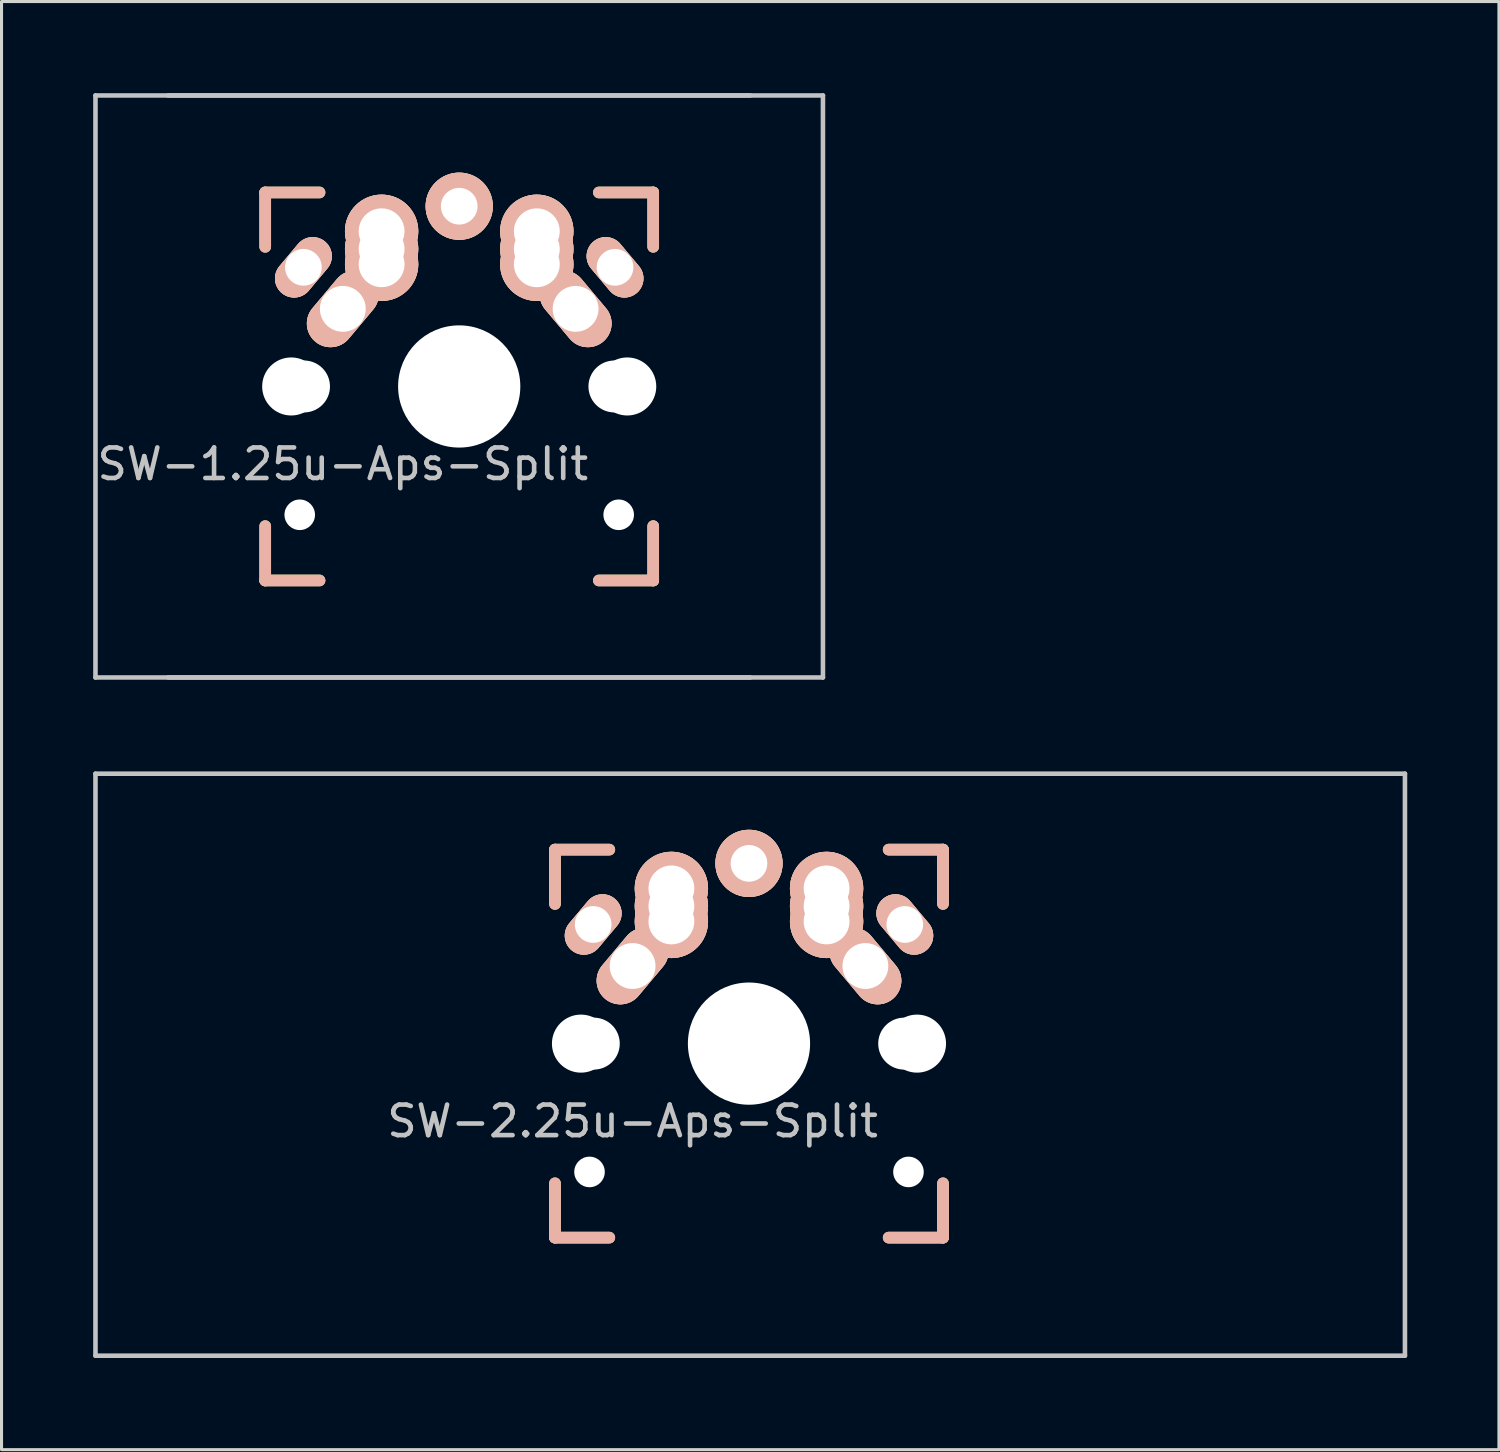
<source format=kicad_pcb>
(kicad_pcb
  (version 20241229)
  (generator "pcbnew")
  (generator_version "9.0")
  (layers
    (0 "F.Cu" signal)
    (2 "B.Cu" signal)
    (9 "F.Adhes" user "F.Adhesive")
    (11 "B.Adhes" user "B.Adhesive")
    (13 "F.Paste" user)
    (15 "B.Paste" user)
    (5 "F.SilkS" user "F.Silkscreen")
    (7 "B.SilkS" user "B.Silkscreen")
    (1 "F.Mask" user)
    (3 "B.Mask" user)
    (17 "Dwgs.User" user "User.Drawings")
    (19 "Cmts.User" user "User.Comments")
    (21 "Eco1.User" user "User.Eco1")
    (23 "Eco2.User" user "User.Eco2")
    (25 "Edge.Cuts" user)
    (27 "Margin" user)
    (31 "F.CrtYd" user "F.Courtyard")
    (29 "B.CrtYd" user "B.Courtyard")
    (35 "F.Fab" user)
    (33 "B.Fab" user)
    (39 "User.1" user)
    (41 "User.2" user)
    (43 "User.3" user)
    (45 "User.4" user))
  (footprint "SW-2.25u-Aps-Split"
    (layer "F.Cu")
    (at 21.466 31.11)
    (property "Reference" "SW-2.25u-Aps-Split" (at -3.81 2.54 0) (layer "Dwgs.User") (effects (font (size 1 1) (thickness 0.15))))
    (attr through_hole)
    (fp_line (start -6.35 -6.35) (end -4.572 -6.35) (stroke (width 0.381) (type solid)) (layer "F.SilkS"))
    (fp_line (start -6.35 -4.572) (end -6.35 -6.35) (stroke (width 0.381) (type solid)) (layer "F.SilkS"))
    (fp_line (start -6.35 6.35) (end -6.35 4.572) (stroke (width 0.381) (type solid)) (layer "F.SilkS"))
    (fp_line (start -4.572 6.35) (end -6.35 6.35) (stroke (width 0.381) (type solid)) (layer "F.SilkS"))
    (fp_line (start 4.572 -6.35) (end 6.35 -6.35) (stroke (width 0.381) (type solid)) (layer "F.SilkS"))
    (fp_line (start 6.35 -6.35) (end 6.35 -4.572) (stroke (width 0.381) (type solid)) (layer "F.SilkS"))
    (fp_line (start 6.35 4.572) (end 6.35 6.35) (stroke (width 0.381) (type solid)) (layer "F.SilkS"))
    (fp_line (start 6.35 6.35) (end 4.572 6.35) (stroke (width 0.381) (type solid)) (layer "F.SilkS"))
    (fp_line (start -6.35 -6.35) (end -6.35 -4.572) (stroke (width 0.381) (type solid)) (layer "B.SilkS"))
    (fp_line (start -6.35 4.572) (end -6.35 6.35) (stroke (width 0.381) (type solid)) (layer "B.SilkS"))
    (fp_line (start -6.35 6.35) (end -4.572 6.35) (stroke (width 0.381) (type solid)) (layer "B.SilkS"))
    (fp_line (start -4.572 -6.35) (end -6.35 -6.35) (stroke (width 0.381) (type solid)) (layer "B.SilkS"))
    (fp_line (start 4.572 6.35) (end 6.35 6.35) (stroke (width 0.381) (type solid)) (layer "B.SilkS"))
    (fp_line (start 6.35 -6.35) (end 4.572 -6.35) (stroke (width 0.381) (type solid)) (layer "B.SilkS"))
    (fp_line (start 6.35 -4.572) (end 6.35 -6.35) (stroke (width 0.381) (type solid)) (layer "B.SilkS"))
    (fp_line (start 6.35 6.35) (end 6.35 4.572) (stroke (width 0.381) (type solid)) (layer "B.SilkS"))
    (fp_line (start -21.391 -8.835) (end 21.471 -8.835) (stroke (width 0.15) (type solid)) (layer "Dwgs.User"))
    (fp_line (start -21.391 10.215) (end -21.391 -8.835) (stroke (width 0.15) (type solid)) (layer "Dwgs.User"))
    (fp_line (start 21.471 -8.835) (end 21.471 10.215) (stroke (width 0.15) (type solid)) (layer "Dwgs.User"))
    (fp_line (start 21.471 10.215) (end -21.391 10.215) (stroke (width 0.15) (type solid)) (layer "Dwgs.User"))
    (fp_line (start -7.798 -6.005) (end -6.985 -6.005) (stroke (width 0.152) (type solid)) (layer "Eco2.User"))
    (fp_line (start -7.798 -2.504) (end -7.798 -6.005) (stroke (width 0.152) (type solid)) (layer "Eco2.User"))
    (fp_line (start -7.798 2.504) (end -6.985 2.504) (stroke (width 0.152) (type solid)) (layer "Eco2.User"))
    (fp_line (start -7.798 6.005) (end -7.798 2.504) (stroke (width 0.152) (type solid)) (layer "Eco2.User"))
    (fp_line (start -6.985 -6.985) (end 6.985 -6.985) (stroke (width 0.152) (type solid)) (layer "Eco2.User"))
    (fp_line (start -6.985 -6.005) (end -6.985 -6.985) (stroke (width 0.152) (type solid)) (layer "Eco2.User"))
    (fp_line (start -6.985 -2.504) (end -7.798 -2.504) (stroke (width 0.152) (type solid)) (layer "Eco2.User"))
    (fp_line (start -6.985 2.504) (end -6.985 -2.504) (stroke (width 0.152) (type solid)) (layer "Eco2.User"))
    (fp_line (start -6.985 6.005) (end -7.798 6.005) (stroke (width 0.152) (type solid)) (layer "Eco2.User"))
    (fp_line (start -6.985 6.985) (end -6.985 6.005) (stroke (width 0.152) (type solid)) (layer "Eco2.User"))
    (fp_line (start 6.985 -6.985) (end 6.985 -6.005) (stroke (width 0.152) (type solid)) (layer "Eco2.User"))
    (fp_line (start 6.985 -6.005) (end 7.798 -6.005) (stroke (width 0.152) (type solid)) (layer "Eco2.User"))
    (fp_line (start 6.985 -2.504) (end 6.985 2.504) (stroke (width 0.152) (type solid)) (layer "Eco2.User"))
    (fp_line (start 6.985 2.504) (end 7.798 2.504) (stroke (width 0.152) (type solid)) (layer "Eco2.User"))
    (fp_line (start 6.985 6.005) (end 6.985 6.985) (stroke (width 0.152) (type solid)) (layer "Eco2.User"))
    (fp_line (start 6.985 6.985) (end -6.985 6.985) (stroke (width 0.152) (type solid)) (layer "Eco2.User"))
    (fp_line (start 7.798 -6.005) (end 7.798 -2.504) (stroke (width 0.152) (type solid)) (layer "Eco2.User"))
    (fp_line (start 7.798 -2.504) (end 6.985 -2.504) (stroke (width 0.152) (type solid)) (layer "Eco2.User"))
    (fp_line (start 7.798 2.504) (end 7.798 6.005) (stroke (width 0.152) (type solid)) (layer "Eco2.User"))
    (fp_line (start 7.798 6.005) (end 6.985 6.005) (stroke (width 0.152) (type solid)) (layer "Eco2.User"))
    (fp_text user " " (at 5.08 5.08 180) (layer "Dwgs.User") (effects (font (size 1 1) (thickness 0.15))))
    (fp_text user " " (at -5.08 5.08 0) (layer "Dwgs.User") (effects (font (size 1 1) (thickness 0.15))))
    (fp_text user " " (at 0 0 0) (layer "F.Fab") (effects (font (size 1 1) (thickness 0.15))))
    (pad "" np_thru_hole circle (at -5.5 0 90) (size 1.9 1.9) (drill 1.9) (layers "*.Cu" "*.Mask"))
    (pad "" np_thru_hole circle (at -5.22 4.2) (size 1 1) (drill 1) (layers "*.Cu" "*.Mask"))
    (pad "" np_thru_hole circle (at -5.08 0) (size 1.7 1.7) (drill 1.7) (layers "*.Cu" "*.Mask"))
    (pad "" np_thru_hole circle (at 0 0 90) (size 4 4) (drill 4) (layers "*.Cu" "*.Mask"))
    (pad "" np_thru_hole circle (at 5.08 0) (size 1.7 1.7) (drill 1.7) (layers "*.Cu" "*.Mask"))
    (pad "" np_thru_hole circle (at 5.22 4.2) (size 1 1) (drill 1) (layers "*.Cu" "*.Mask"))
    (pad "" np_thru_hole circle (at 5.5 0 90) (size 1.9 1.9) (drill 1.9) (layers "*.Cu" "*.Mask"))
    (pad "1" thru_hole circle (at 0 -5.9 90) (size 2.2 2.2) (drill 1.2) (layers "*.Cu" "*.SilkS" "*.Mask"))
    (pad "1" thru_hole circle (at 2.54 -5.08) (size 2.4 2.4) (drill 1.5) (layers "*.Cu" "*.SilkS" "*.Mask"))
    (pad "1" thru_hole circle (at 2.54 -4.5) (size 2.4 2.4) (drill 1.5) (layers "*.Cu" "*.SilkS" "*.Mask"))
    (pad "1" thru_hole circle (at 2.54 -4) (size 2.4 2.4) (drill 1.5) (layers "*.Cu" "*.SilkS" "*.Mask"))
    (pad "1" thru_hole oval (at 3.81 -2.54 310) (size 2.8 1.55) (drill 1.5) (layers "*.Cu" "*.SilkS" "*.Mask"))
    (pad "2" thru_hole oval (at -5.1 -3.9 50) (size 2.2 1.25) (drill 1.2) (layers "*.Cu" "*.SilkS" "*.Mask"))
    (pad "2" thru_hole oval (at -3.81 -2.54 50) (size 2.8 1.55) (drill 1.5) (layers "*.Cu" "*.SilkS" "*.Mask"))
    (pad "2" thru_hole circle (at -2.54 -5.08) (size 2.4 2.4) (drill 1.5) (layers "*.Cu" "*.SilkS" "*.Mask"))
    (pad "2" thru_hole circle (at -2.54 -4.5) (size 2.4 2.4) (drill 1.5) (layers "*.Cu" "*.SilkS" "*.Mask"))
    (pad "2" thru_hole circle (at -2.54 -4) (size 2.4 2.4) (drill 1.5) (layers "*.Cu" "*.SilkS" "*.Mask"))
    (pad "2" thru_hole oval (at 5.1 -3.9 310) (size 2.2 1.25) (drill 1.2) (layers "*.Cu" "*.SilkS" "*.Mask")))
  (footprint "SW-1.25u-Aps-Split"
    (layer "F.Cu")
    (at 11.981 9.6)
    (property "Reference" "SW-1.25u-Aps-Split" (at -3.81 2.54 0) (layer "Dwgs.User") (effects (font (size 1 1) (thickness 0.15))))
    (attr through_hole)
    (fp_line (start -6.35 -6.35) (end -4.572 -6.35) (stroke (width 0.381) (type solid)) (layer "F.SilkS"))
    (fp_line (start -6.35 -4.572) (end -6.35 -6.35) (stroke (width 0.381) (type solid)) (layer "F.SilkS"))
    (fp_line (start -6.35 6.35) (end -6.35 4.572) (stroke (width 0.381) (type solid)) (layer "F.SilkS"))
    (fp_line (start -4.572 6.35) (end -6.35 6.35) (stroke (width 0.381) (type solid)) (layer "F.SilkS"))
    (fp_line (start 4.572 -6.35) (end 6.35 -6.35) (stroke (width 0.381) (type solid)) (layer "F.SilkS"))
    (fp_line (start 6.35 -6.35) (end 6.35 -4.572) (stroke (width 0.381) (type solid)) (layer "F.SilkS"))
    (fp_line (start 6.35 4.572) (end 6.35 6.35) (stroke (width 0.381) (type solid)) (layer "F.SilkS"))
    (fp_line (start 6.35 6.35) (end 4.572 6.35) (stroke (width 0.381) (type solid)) (layer "F.SilkS"))
    (fp_line (start -6.35 -6.35) (end -6.35 -4.572) (stroke (width 0.381) (type solid)) (layer "B.SilkS"))
    (fp_line (start -6.35 4.572) (end -6.35 6.35) (stroke (width 0.381) (type solid)) (layer "B.SilkS"))
    (fp_line (start -6.35 6.35) (end -4.572 6.35) (stroke (width 0.381) (type solid)) (layer "B.SilkS"))
    (fp_line (start -4.572 -6.35) (end -6.35 -6.35) (stroke (width 0.381) (type solid)) (layer "B.SilkS"))
    (fp_line (start 4.572 6.35) (end 6.35 6.35) (stroke (width 0.381) (type solid)) (layer "B.SilkS"))
    (fp_line (start 6.35 -6.35) (end 4.572 -6.35) (stroke (width 0.381) (type solid)) (layer "B.SilkS"))
    (fp_line (start 6.35 -4.572) (end 6.35 -6.35) (stroke (width 0.381) (type solid)) (layer "B.SilkS"))
    (fp_line (start 6.35 6.35) (end 6.35 4.572) (stroke (width 0.381) (type solid)) (layer "B.SilkS"))
    (fp_line (start -11.906 -9.525) (end 11.906 -9.525) (stroke (width 0.15) (type solid)) (layer "Dwgs.User"))
    (fp_line (start -11.906 9.525) (end -11.906 -9.525) (stroke (width 0.15) (type solid)) (layer "Dwgs.User"))
    (fp_line (start -9.525 -9.525) (end 9.525 -9.525) (stroke (width 0.15) (type solid)) (layer "Dwgs.User"))
    (fp_line (start 9.525 9.525) (end -9.525 9.525) (stroke (width 0.15) (type solid)) (layer "Dwgs.User"))
    (fp_line (start 11.906 -9.525) (end 11.906 9.525) (stroke (width 0.15) (type solid)) (layer "Dwgs.User"))
    (fp_line (start 11.906 9.525) (end -11.906 9.525) (stroke (width 0.15) (type solid)) (layer "Dwgs.User"))
    (fp_line (start -7.798 -6.005) (end -6.985 -6.005) (stroke (width 0.152) (type solid)) (layer "Eco2.User"))
    (fp_line (start -7.798 -2.504) (end -7.798 -6.005) (stroke (width 0.152) (type solid)) (layer "Eco2.User"))
    (fp_line (start -7.798 2.504) (end -6.985 2.504) (stroke (width 0.152) (type solid)) (layer "Eco2.User"))
    (fp_line (start -7.798 6.005) (end -7.798 2.504) (stroke (width 0.152) (type solid)) (layer "Eco2.User"))
    (fp_line (start -6.985 -6.985) (end 6.985 -6.985) (stroke (width 0.152) (type solid)) (layer "Eco2.User"))
    (fp_line (start -6.985 -6.005) (end -6.985 -6.985) (stroke (width 0.152) (type solid)) (layer "Eco2.User"))
    (fp_line (start -6.985 -2.504) (end -7.798 -2.504) (stroke (width 0.152) (type solid)) (layer "Eco2.User"))
    (fp_line (start -6.985 2.504) (end -6.985 -2.504) (stroke (width 0.152) (type solid)) (layer "Eco2.User"))
    (fp_line (start -6.985 6.005) (end -7.798 6.005) (stroke (width 0.152) (type solid)) (layer "Eco2.User"))
    (fp_line (start -6.985 6.985) (end -6.985 6.005) (stroke (width 0.152) (type solid)) (layer "Eco2.User"))
    (fp_line (start 6.985 -6.985) (end 6.985 -6.005) (stroke (width 0.152) (type solid)) (layer "Eco2.User"))
    (fp_line (start 6.985 -6.005) (end 7.798 -6.005) (stroke (width 0.152) (type solid)) (layer "Eco2.User"))
    (fp_line (start 6.985 -2.504) (end 6.985 2.504) (stroke (width 0.152) (type solid)) (layer "Eco2.User"))
    (fp_line (start 6.985 2.504) (end 7.798 2.504) (stroke (width 0.152) (type solid)) (layer "Eco2.User"))
    (fp_line (start 6.985 6.005) (end 6.985 6.985) (stroke (width 0.152) (type solid)) (layer "Eco2.User"))
    (fp_line (start 6.985 6.985) (end -6.985 6.985) (stroke (width 0.152) (type solid)) (layer "Eco2.User"))
    (fp_line (start 7.798 -6.005) (end 7.798 -2.504) (stroke (width 0.152) (type solid)) (layer "Eco2.User"))
    (fp_line (start 7.798 -2.504) (end 6.985 -2.504) (stroke (width 0.152) (type solid)) (layer "Eco2.User"))
    (fp_line (start 7.798 2.504) (end 7.798 6.005) (stroke (width 0.152) (type solid)) (layer "Eco2.User"))
    (fp_line (start 7.798 6.005) (end 6.985 6.005) (stroke (width 0.152) (type solid)) (layer "Eco2.User"))
    (fp_text user " " (at -5.08 5.08 0) (layer "Dwgs.User") (effects (font (size 1 1) (thickness 0.15))))
    (fp_text user " " (at 5.08 5.08 180) (layer "Dwgs.User") (effects (font (size 1 1) (thickness 0.15))))
    (fp_text user " " (at 0 0 0) (layer "F.Fab") (effects (font (size 1 1) (thickness 0.15))))
    (pad "" np_thru_hole circle (at -5.5 0 90) (size 1.9 1.9) (drill 1.9) (layers "*.Cu" "*.Mask"))
    (pad "" np_thru_hole circle (at -5.22 4.2) (size 1 1) (drill 1) (layers "*.Cu" "*.Mask"))
    (pad "" np_thru_hole circle (at -5.08 0) (size 1.7 1.7) (drill 1.7) (layers "*.Cu" "*.Mask"))
    (pad "" np_thru_hole circle (at 0 0 90) (size 4 4) (drill 4) (layers "*.Cu" "*.Mask"))
    (pad "" np_thru_hole circle (at 5.08 0) (size 1.7 1.7) (drill 1.7) (layers "*.Cu" "*.Mask"))
    (pad "" np_thru_hole circle (at 5.22 4.2) (size 1 1) (drill 1) (layers "*.Cu" "*.Mask"))
    (pad "" np_thru_hole circle (at 5.5 0 90) (size 1.9 1.9) (drill 1.9) (layers "*.Cu" "*.Mask"))
    (pad "1" thru_hole circle (at 0 -5.9 90) (size 2.2 2.2) (drill 1.2) (layers "*.Cu" "*.SilkS" "*.Mask"))
    (pad "1" thru_hole circle (at 2.54 -5.08) (size 2.4 2.4) (drill 1.5) (layers "*.Cu" "*.SilkS" "*.Mask"))
    (pad "1" thru_hole circle (at 2.54 -4.5) (size 2.4 2.4) (drill 1.5) (layers "*.Cu" "*.SilkS" "*.Mask"))
    (pad "1" thru_hole circle (at 2.54 -4) (size 2.4 2.4) (drill 1.5) (layers "*.Cu" "*.SilkS" "*.Mask"))
    (pad "1" thru_hole oval (at 3.81 -2.54 310) (size 2.8 1.55) (drill 1.5) (layers "*.Cu" "*.SilkS" "*.Mask"))
    (pad "2" thru_hole oval (at -5.1 -3.9 50) (size 2.2 1.25) (drill 1.2) (layers "*.Cu" "*.SilkS" "*.Mask"))
    (pad "2" thru_hole oval (at -3.81 -2.54 50) (size 2.8 1.55) (drill 1.5) (layers "*.Cu" "*.SilkS" "*.Mask"))
    (pad "2" thru_hole circle (at -2.54 -5.08) (size 2.4 2.4) (drill 1.5) (layers "*.Cu" "*.SilkS" "*.Mask"))
    (pad "2" thru_hole circle (at -2.54 -4.5) (size 2.4 2.4) (drill 1.5) (layers "*.Cu" "*.SilkS" "*.Mask"))
    (pad "2" thru_hole circle (at -2.54 -4) (size 2.4 2.4) (drill 1.5) (layers "*.Cu" "*.SilkS" "*.Mask"))
    (pad "2" thru_hole oval (at 5.1 -3.9 310) (size 2.2 1.25) (drill 1.2) (layers "*.Cu" "*.SilkS" "*.Mask")))
  (gr_rect
    (start -3 -3)
    (end 46.013 44.4)
    (stroke (width 0.1) (type default))
    (fill no)
    (layer "Edge.Cuts")))
</source>
